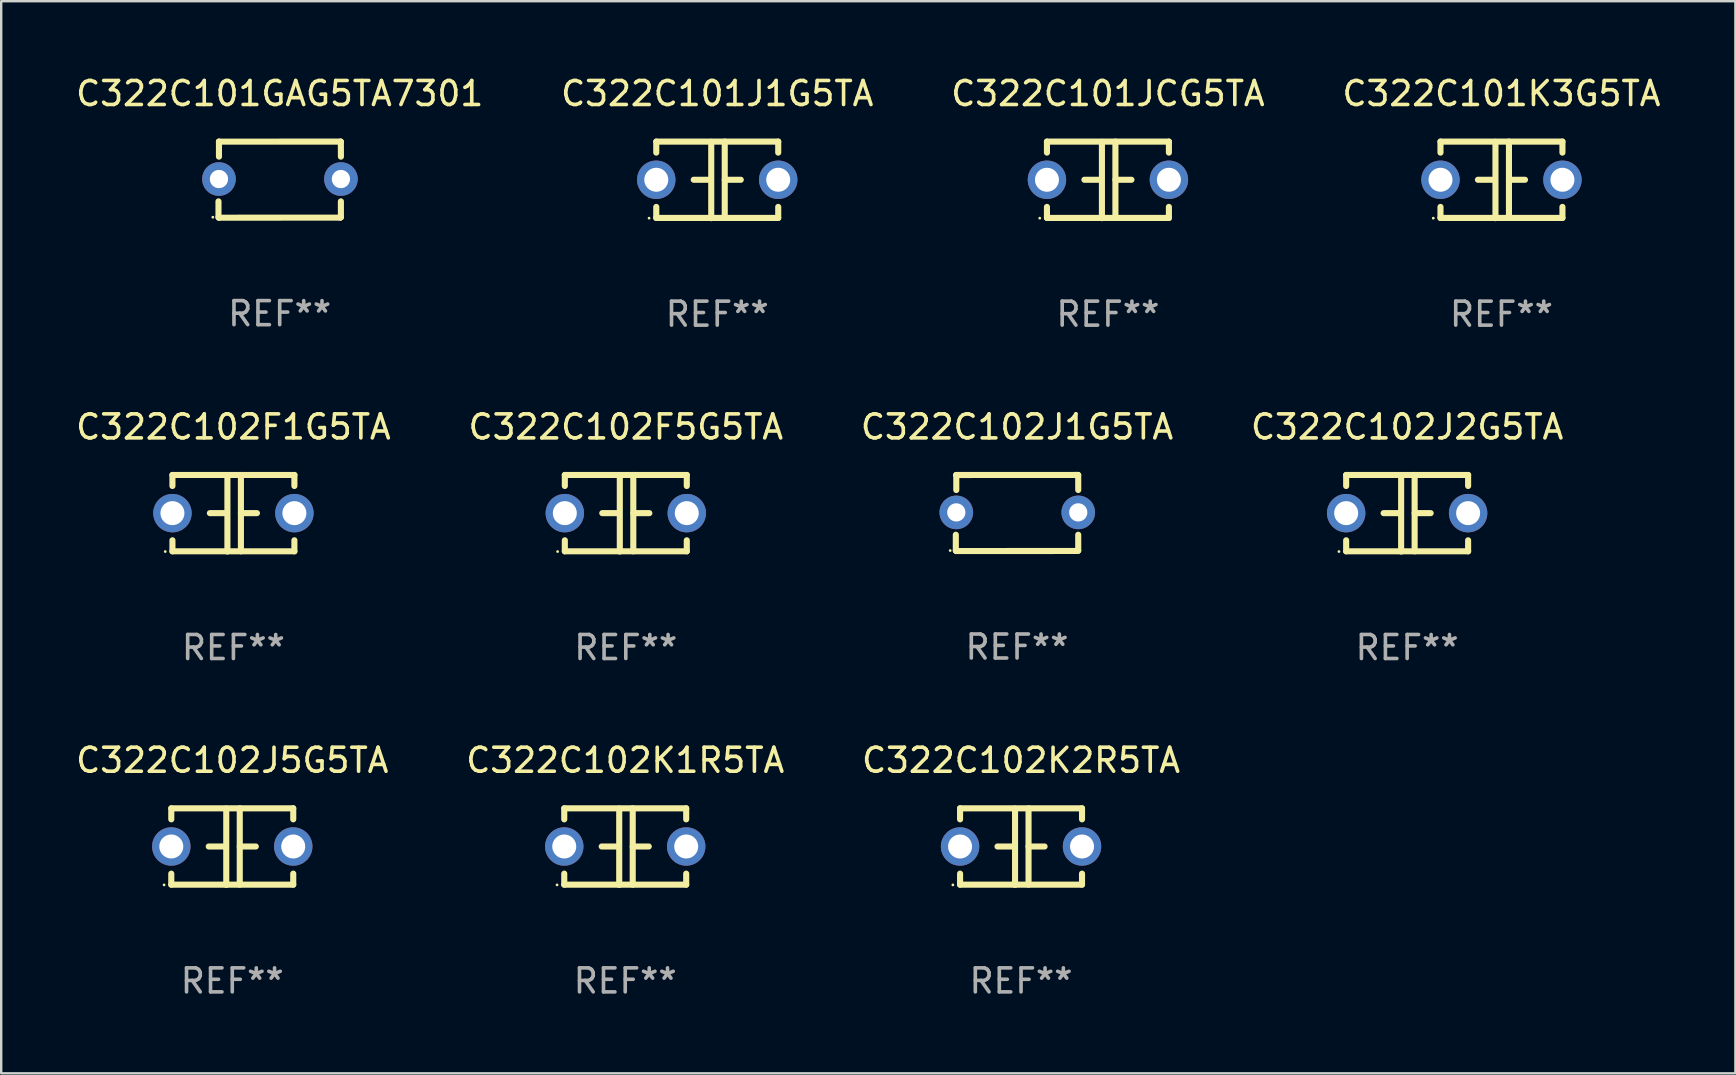
<source format=kicad_pcb>
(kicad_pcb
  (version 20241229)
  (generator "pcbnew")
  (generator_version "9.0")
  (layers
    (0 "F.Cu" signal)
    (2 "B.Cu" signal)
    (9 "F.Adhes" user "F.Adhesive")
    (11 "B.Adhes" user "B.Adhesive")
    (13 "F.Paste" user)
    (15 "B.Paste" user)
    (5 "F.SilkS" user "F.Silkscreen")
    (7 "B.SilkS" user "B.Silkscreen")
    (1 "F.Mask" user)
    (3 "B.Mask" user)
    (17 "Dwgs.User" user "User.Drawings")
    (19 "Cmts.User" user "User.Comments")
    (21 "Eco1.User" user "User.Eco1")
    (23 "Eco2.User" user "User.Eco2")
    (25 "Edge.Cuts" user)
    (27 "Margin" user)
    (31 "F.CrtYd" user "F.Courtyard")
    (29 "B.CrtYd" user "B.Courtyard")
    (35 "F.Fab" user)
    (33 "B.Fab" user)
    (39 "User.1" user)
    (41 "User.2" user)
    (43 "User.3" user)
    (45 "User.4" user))
  (footprint "C322C101JCG5TA"
    (layer "F.Cu")
    (at 43.101 4.443)
    (property "Reference" "C322C101JCG5TA" (at 0 -3.595 0) (layer "F.SilkS") (effects (font (size 1 1) (thickness 0.15))))
    (attr through_hole)
    (fp_line (start -2.54 -1.595) (end -2.54 -1.136) (stroke (width 0.254) (type solid)) (layer "F.SilkS"))
    (fp_line (start -2.54 -1.595) (end 2.54 -1.595) (stroke (width 0.254) (type solid)) (layer "F.SilkS"))
    (fp_line (start -2.54 1.126) (end -2.54 1.585) (stroke (width 0.254) (type solid)) (layer "F.SilkS"))
    (fp_line (start -0.312 -0.005) (end -0.98 -0.005) (stroke (width 0.254) (type solid)) (layer "F.SilkS"))
    (fp_line (start -0.25 -1.585) (end -0.25 1.595) (stroke (width 0.254) (type solid)) (layer "F.SilkS"))
    (fp_line (start 0.312 -1.595) (end 0.312 1.585) (stroke (width 0.254) (type solid)) (layer "F.SilkS"))
    (fp_line (start 0.312 -0.005) (end 0.98 -0.005) (stroke (width 0.254) (type solid)) (layer "F.SilkS"))
    (fp_line (start 2.54 -1.595) (end 2.54 -1.136) (stroke (width 0.254) (type solid)) (layer "F.SilkS"))
    (fp_line (start 2.54 1.126) (end 2.54 1.585) (stroke (width 0.254) (type solid)) (layer "F.SilkS"))
    (fp_line (start 2.54 1.585) (end -2.54 1.585) (stroke (width 0.254) (type solid)) (layer "F.SilkS"))
    (fp_circle (center -2.84 1.595) (end -2.81 1.595) (stroke (width 0.06) (type solid)) (fill no) (layer "F.SilkS"))
    (fp_text user "REF**" (at 0 5.595 0) (layer "F.Fab") (effects (font (size 1 1) (thickness 0.15))))
    (pad "1" thru_hole circle (at -2.54 -0.005) (size 1.6 1.6) (drill 1) (layers "*.Cu" "*.Mask"))
    (pad "2" thru_hole circle (at 2.54 -0.005) (size 1.6 1.6) (drill 1) (layers "*.Cu" "*.Mask")))
  (footprint "C322C102J5G5TA"
    (layer "F.Cu")
    (at 6.625 32.216)
    (property "Reference" "C322C102J5G5TA" (at 0 -3.595 0) (layer "F.SilkS") (effects (font (size 1 1) (thickness 0.15))))
    (attr through_hole)
    (fp_line (start -2.54 -1.595) (end -2.54 -1.136) (stroke (width 0.254) (type solid)) (layer "F.SilkS"))
    (fp_line (start -2.54 -1.595) (end 2.54 -1.595) (stroke (width 0.254) (type solid)) (layer "F.SilkS"))
    (fp_line (start -2.54 1.126) (end -2.54 1.585) (stroke (width 0.254) (type solid)) (layer "F.SilkS"))
    (fp_line (start -0.312 -0.005) (end -0.98 -0.005) (stroke (width 0.254) (type solid)) (layer "F.SilkS"))
    (fp_line (start -0.25 -1.585) (end -0.25 1.595) (stroke (width 0.254) (type solid)) (layer "F.SilkS"))
    (fp_line (start 0.312 -1.595) (end 0.312 1.585) (stroke (width 0.254) (type solid)) (layer "F.SilkS"))
    (fp_line (start 0.312 -0.005) (end 0.98 -0.005) (stroke (width 0.254) (type solid)) (layer "F.SilkS"))
    (fp_line (start 2.54 -1.595) (end 2.54 -1.136) (stroke (width 0.254) (type solid)) (layer "F.SilkS"))
    (fp_line (start 2.54 1.126) (end 2.54 1.585) (stroke (width 0.254) (type solid)) (layer "F.SilkS"))
    (fp_line (start 2.54 1.585) (end -2.54 1.585) (stroke (width 0.254) (type solid)) (layer "F.SilkS"))
    (fp_circle (center -2.84 1.595) (end -2.81 1.595) (stroke (width 0.06) (type solid)) (fill no) (layer "F.SilkS"))
    (fp_text user "REF**" (at 0 5.595 0) (layer "F.Fab") (effects (font (size 1 1) (thickness 0.15))))
    (pad "1" thru_hole circle (at -2.54 -0.005) (size 1.6 1.6) (drill 1) (layers "*.Cu" "*.Mask"))
    (pad "2" thru_hole circle (at 2.54 -0.005) (size 1.6 1.6) (drill 1) (layers "*.Cu" "*.Mask")))
  (footprint "C322C101GAG5TA7301"
    (layer "F.Cu")
    (at 8.601 4.433)
    (property "Reference" "C322C101GAG5TA7301" (at 0 -3.585 0) (layer "F.SilkS") (effects (font (size 1 1) (thickness 0.15))))
    (attr through_hole)
    (fp_line (start -2.55 1.566) (end -2.55 0.906) (stroke (width 0.254) (type solid)) (layer "F.SilkS"))
    (fp_line (start -2.531 1.585) (end -2.55 1.566) (stroke (width 0.254) (type solid)) (layer "F.SilkS"))
    (fp_line (start -2.53 -1.577) (end -2.53 -1.577) (stroke (width 0.254) (type solid)) (layer "F.SilkS"))
    (fp_line (start -2.53 -1.577) (end -2.528 -1.583) (stroke (width 0.254) (type solid)) (layer "F.SilkS"))
    (fp_line (start -2.53 -0.957) (end -2.53 -1.577) (stroke (width 0.254) (type solid)) (layer "F.SilkS"))
    (fp_line (start -2.528 -1.583) (end 2.54 -1.585) (stroke (width 0.254) (type solid)) (layer "F.SilkS"))
    (fp_line (start 2.524 1.582) (end -2.531 1.585) (stroke (width 0.254) (type solid)) (layer "F.SilkS"))
    (fp_line (start 2.54 -1.585) (end 2.548 -1.575) (stroke (width 0.254) (type solid)) (layer "F.SilkS"))
    (fp_line (start 2.548 -1.575) (end 2.55 -0.957) (stroke (width 0.254) (type solid)) (layer "F.SilkS"))
    (fp_line (start 2.549 0.906) (end 2.549 1.566) (stroke (width 0.254) (type solid)) (layer "F.SilkS"))
    (fp_line (start 2.549 1.566) (end 2.524 1.582) (stroke (width 0.254) (type solid)) (layer "F.SilkS"))
    (fp_circle (center -2.785 1.565) (end -2.755 1.565) (stroke (width 0.06) (type solid)) (fill no) (layer "F.SilkS"))
    (fp_text user "REF**" (at 0 5.585 0) (layer "F.Fab") (effects (font (size 1 1) (thickness 0.15))))
    (pad "1" thru_hole circle (at -2.53 -0.025) (size 1.4 1.4) (drill 0.76) (layers "*.Cu" "*.Mask"))
    (pad "2" thru_hole circle (at 2.55 -0.025) (size 1.4 1.4) (drill 0.76) (layers "*.Cu" "*.Mask")))
  (footprint "C322C102K1R5TA"
    (layer "F.Cu")
    (at 22.994 32.216)
    (property "Reference" "C322C102K1R5TA" (at 0 -3.595 0) (layer "F.SilkS") (effects (font (size 1 1) (thickness 0.15))))
    (attr through_hole)
    (fp_line (start -2.54 -1.595) (end -2.54 -1.136) (stroke (width 0.254) (type solid)) (layer "F.SilkS"))
    (fp_line (start -2.54 -1.595) (end 2.54 -1.595) (stroke (width 0.254) (type solid)) (layer "F.SilkS"))
    (fp_line (start -2.54 1.126) (end -2.54 1.585) (stroke (width 0.254) (type solid)) (layer "F.SilkS"))
    (fp_line (start -0.312 -0.005) (end -0.98 -0.005) (stroke (width 0.254) (type solid)) (layer "F.SilkS"))
    (fp_line (start -0.25 -1.585) (end -0.25 1.595) (stroke (width 0.254) (type solid)) (layer "F.SilkS"))
    (fp_line (start 0.312 -1.595) (end 0.312 1.585) (stroke (width 0.254) (type solid)) (layer "F.SilkS"))
    (fp_line (start 0.312 -0.005) (end 0.98 -0.005) (stroke (width 0.254) (type solid)) (layer "F.SilkS"))
    (fp_line (start 2.54 -1.595) (end 2.54 -1.136) (stroke (width 0.254) (type solid)) (layer "F.SilkS"))
    (fp_line (start 2.54 1.126) (end 2.54 1.585) (stroke (width 0.254) (type solid)) (layer "F.SilkS"))
    (fp_line (start 2.54 1.585) (end -2.54 1.585) (stroke (width 0.254) (type solid)) (layer "F.SilkS"))
    (fp_circle (center -2.84 1.595) (end -2.81 1.595) (stroke (width 0.06) (type solid)) (fill no) (layer "F.SilkS"))
    (fp_text user "REF**" (at 0 5.595 0) (layer "F.Fab") (effects (font (size 1 1) (thickness 0.15))))
    (pad "1" thru_hole circle (at -2.54 -0.005) (size 1.6 1.6) (drill 1) (layers "*.Cu" "*.Mask"))
    (pad "2" thru_hole circle (at 2.54 -0.005) (size 1.6 1.6) (drill 1) (layers "*.Cu" "*.Mask")))
  (footprint "C322C102F5G5TA"
    (layer "F.Cu")
    (at 23.018 18.33)
    (property "Reference" "C322C102F5G5TA" (at 0 -3.595 0) (layer "F.SilkS") (effects (font (size 1 1) (thickness 0.15))))
    (attr through_hole)
    (fp_line (start -2.54 -1.595) (end -2.54 -1.136) (stroke (width 0.254) (type solid)) (layer "F.SilkS"))
    (fp_line (start -2.54 -1.595) (end 2.54 -1.595) (stroke (width 0.254) (type solid)) (layer "F.SilkS"))
    (fp_line (start -2.54 1.126) (end -2.54 1.585) (stroke (width 0.254) (type solid)) (layer "F.SilkS"))
    (fp_line (start -0.312 -0.005) (end -0.98 -0.005) (stroke (width 0.254) (type solid)) (layer "F.SilkS"))
    (fp_line (start -0.25 -1.585) (end -0.25 1.595) (stroke (width 0.254) (type solid)) (layer "F.SilkS"))
    (fp_line (start 0.312 -1.595) (end 0.312 1.585) (stroke (width 0.254) (type solid)) (layer "F.SilkS"))
    (fp_line (start 0.312 -0.005) (end 0.98 -0.005) (stroke (width 0.254) (type solid)) (layer "F.SilkS"))
    (fp_line (start 2.54 -1.595) (end 2.54 -1.136) (stroke (width 0.254) (type solid)) (layer "F.SilkS"))
    (fp_line (start 2.54 1.126) (end 2.54 1.585) (stroke (width 0.254) (type solid)) (layer "F.SilkS"))
    (fp_line (start 2.54 1.585) (end -2.54 1.585) (stroke (width 0.254) (type solid)) (layer "F.SilkS"))
    (fp_circle (center -2.84 1.595) (end -2.81 1.595) (stroke (width 0.06) (type solid)) (fill no) (layer "F.SilkS"))
    (fp_text user "REF**" (at 0 5.595 0) (layer "F.Fab") (effects (font (size 1 1) (thickness 0.15))))
    (pad "1" thru_hole circle (at -2.54 -0.005) (size 1.6 1.6) (drill 1) (layers "*.Cu" "*.Mask"))
    (pad "2" thru_hole circle (at 2.54 -0.005) (size 1.6 1.6) (drill 1) (layers "*.Cu" "*.Mask")))
  (footprint "C322C102K2R5TA"
    (layer "F.Cu")
    (at 39.482 32.216)
    (property "Reference" "C322C102K2R5TA" (at 0 -3.595 0) (layer "F.SilkS") (effects (font (size 1 1) (thickness 0.15))))
    (attr through_hole)
    (fp_line (start -2.54 -1.595) (end -2.54 -1.136) (stroke (width 0.254) (type solid)) (layer "F.SilkS"))
    (fp_line (start -2.54 -1.595) (end 2.54 -1.595) (stroke (width 0.254) (type solid)) (layer "F.SilkS"))
    (fp_line (start -2.54 1.126) (end -2.54 1.585) (stroke (width 0.254) (type solid)) (layer "F.SilkS"))
    (fp_line (start -0.312 -0.005) (end -0.98 -0.005) (stroke (width 0.254) (type solid)) (layer "F.SilkS"))
    (fp_line (start -0.25 -1.585) (end -0.25 1.595) (stroke (width 0.254) (type solid)) (layer "F.SilkS"))
    (fp_line (start 0.312 -1.595) (end 0.312 1.585) (stroke (width 0.254) (type solid)) (layer "F.SilkS"))
    (fp_line (start 0.312 -0.005) (end 0.98 -0.005) (stroke (width 0.254) (type solid)) (layer "F.SilkS"))
    (fp_line (start 2.54 -1.595) (end 2.54 -1.136) (stroke (width 0.254) (type solid)) (layer "F.SilkS"))
    (fp_line (start 2.54 1.126) (end 2.54 1.585) (stroke (width 0.254) (type solid)) (layer "F.SilkS"))
    (fp_line (start 2.54 1.585) (end -2.54 1.585) (stroke (width 0.254) (type solid)) (layer "F.SilkS"))
    (fp_circle (center -2.84 1.595) (end -2.81 1.595) (stroke (width 0.06) (type solid)) (fill no) (layer "F.SilkS"))
    (fp_text user "REF**" (at 0 5.595 0) (layer "F.Fab") (effects (font (size 1 1) (thickness 0.15))))
    (pad "1" thru_hole circle (at -2.54 -0.005) (size 1.6 1.6) (drill 1) (layers "*.Cu" "*.Mask"))
    (pad "2" thru_hole circle (at 2.54 -0.005) (size 1.6 1.6) (drill 1) (layers "*.Cu" "*.Mask")))
  (footprint "C322C101K3G5TA"
    (layer "F.Cu")
    (at 59.494 4.443)
    (property "Reference" "C322C101K3G5TA" (at 0 -3.595 0) (layer "F.SilkS") (effects (font (size 1 1) (thickness 0.15))))
    (attr through_hole)
    (fp_line (start -2.54 -1.595) (end -2.54 -1.136) (stroke (width 0.254) (type solid)) (layer "F.SilkS"))
    (fp_line (start -2.54 -1.595) (end 2.54 -1.595) (stroke (width 0.254) (type solid)) (layer "F.SilkS"))
    (fp_line (start -2.54 1.126) (end -2.54 1.585) (stroke (width 0.254) (type solid)) (layer "F.SilkS"))
    (fp_line (start -0.312 -0.005) (end -0.98 -0.005) (stroke (width 0.254) (type solid)) (layer "F.SilkS"))
    (fp_line (start -0.25 -1.585) (end -0.25 1.595) (stroke (width 0.254) (type solid)) (layer "F.SilkS"))
    (fp_line (start 0.312 -1.595) (end 0.312 1.585) (stroke (width 0.254) (type solid)) (layer "F.SilkS"))
    (fp_line (start 0.312 -0.005) (end 0.98 -0.005) (stroke (width 0.254) (type solid)) (layer "F.SilkS"))
    (fp_line (start 2.54 -1.595) (end 2.54 -1.136) (stroke (width 0.254) (type solid)) (layer "F.SilkS"))
    (fp_line (start 2.54 1.126) (end 2.54 1.585) (stroke (width 0.254) (type solid)) (layer "F.SilkS"))
    (fp_line (start 2.54 1.585) (end -2.54 1.585) (stroke (width 0.254) (type solid)) (layer "F.SilkS"))
    (fp_circle (center -2.84 1.595) (end -2.81 1.595) (stroke (width 0.06) (type solid)) (fill no) (layer "F.SilkS"))
    (fp_text user "REF**" (at 0 5.595 0) (layer "F.Fab") (effects (font (size 1 1) (thickness 0.15))))
    (pad "1" thru_hole circle (at -2.54 -0.005) (size 1.6 1.6) (drill 1) (layers "*.Cu" "*.Mask"))
    (pad "2" thru_hole circle (at 2.54 -0.005) (size 1.6 1.6) (drill 1) (layers "*.Cu" "*.Mask")))
  (footprint "C322C101J1G5TA"
    (layer "F.Cu")
    (at 26.827 4.443)
    (property "Reference" "C322C101J1G5TA" (at 0 -3.595 0) (layer "F.SilkS") (effects (font (size 1 1) (thickness 0.15))))
    (attr through_hole)
    (fp_line (start -2.54 -1.595) (end -2.54 -1.136) (stroke (width 0.254) (type solid)) (layer "F.SilkS"))
    (fp_line (start -2.54 -1.595) (end 2.54 -1.595) (stroke (width 0.254) (type solid)) (layer "F.SilkS"))
    (fp_line (start -2.54 1.126) (end -2.54 1.585) (stroke (width 0.254) (type solid)) (layer "F.SilkS"))
    (fp_line (start -0.312 -0.005) (end -0.98 -0.005) (stroke (width 0.254) (type solid)) (layer "F.SilkS"))
    (fp_line (start -0.25 -1.585) (end -0.25 1.595) (stroke (width 0.254) (type solid)) (layer "F.SilkS"))
    (fp_line (start 0.312 -1.595) (end 0.312 1.585) (stroke (width 0.254) (type solid)) (layer "F.SilkS"))
    (fp_line (start 0.312 -0.005) (end 0.98 -0.005) (stroke (width 0.254) (type solid)) (layer "F.SilkS"))
    (fp_line (start 2.54 -1.595) (end 2.54 -1.136) (stroke (width 0.254) (type solid)) (layer "F.SilkS"))
    (fp_line (start 2.54 1.126) (end 2.54 1.585) (stroke (width 0.254) (type solid)) (layer "F.SilkS"))
    (fp_line (start 2.54 1.585) (end -2.54 1.585) (stroke (width 0.254) (type solid)) (layer "F.SilkS"))
    (fp_circle (center -2.84 1.595) (end -2.81 1.595) (stroke (width 0.06) (type solid)) (fill no) (layer "F.SilkS"))
    (fp_text user "REF**" (at 0 5.595 0) (layer "F.Fab") (effects (font (size 1 1) (thickness 0.15))))
    (pad "1" thru_hole circle (at -2.54 -0.005) (size 1.6 1.6) (drill 1) (layers "*.Cu" "*.Mask"))
    (pad "2" thru_hole circle (at 2.54 -0.005) (size 1.6 1.6) (drill 1) (layers "*.Cu" "*.Mask")))
  (footprint "C322C102J1G5TA"
    (layer "F.Cu")
    (at 39.315 18.319)
    (property "Reference" "C322C102J1G5TA" (at 0 -3.585 0) (layer "F.SilkS") (effects (font (size 1 1) (thickness 0.15))))
    (attr through_hole)
    (fp_line (start -2.55 1.566) (end -2.55 0.906) (stroke (width 0.254) (type solid)) (layer "F.SilkS"))
    (fp_line (start -2.531 1.585) (end -2.55 1.566) (stroke (width 0.254) (type solid)) (layer "F.SilkS"))
    (fp_line (start -2.53 -1.577) (end -2.53 -1.577) (stroke (width 0.254) (type solid)) (layer "F.SilkS"))
    (fp_line (start -2.53 -1.577) (end -2.528 -1.583) (stroke (width 0.254) (type solid)) (layer "F.SilkS"))
    (fp_line (start -2.53 -0.957) (end -2.53 -1.577) (stroke (width 0.254) (type solid)) (layer "F.SilkS"))
    (fp_line (start -2.528 -1.583) (end 2.54 -1.585) (stroke (width 0.254) (type solid)) (layer "F.SilkS"))
    (fp_line (start 2.524 1.582) (end -2.531 1.585) (stroke (width 0.254) (type solid)) (layer "F.SilkS"))
    (fp_line (start 2.54 -1.585) (end 2.548 -1.575) (stroke (width 0.254) (type solid)) (layer "F.SilkS"))
    (fp_line (start 2.548 -1.575) (end 2.55 -0.957) (stroke (width 0.254) (type solid)) (layer "F.SilkS"))
    (fp_line (start 2.549 0.906) (end 2.549 1.566) (stroke (width 0.254) (type solid)) (layer "F.SilkS"))
    (fp_line (start 2.549 1.566) (end 2.524 1.582) (stroke (width 0.254) (type solid)) (layer "F.SilkS"))
    (fp_circle (center -2.785 1.565) (end -2.755 1.565) (stroke (width 0.06) (type solid)) (fill no) (layer "F.SilkS"))
    (fp_text user "REF**" (at 0 5.585 0) (layer "F.Fab") (effects (font (size 1 1) (thickness 0.15))))
    (pad "1" thru_hole circle (at -2.53 -0.025) (size 1.4 1.4) (drill 0.76) (layers "*.Cu" "*.Mask"))
    (pad "2" thru_hole circle (at 2.55 -0.025) (size 1.4 1.4) (drill 0.76) (layers "*.Cu" "*.Mask")))
  (footprint "C322C102J2G5TA"
    (layer "F.Cu")
    (at 55.565 18.33)
    (property "Reference" "C322C102J2G5TA" (at 0 -3.595 0) (layer "F.SilkS") (effects (font (size 1 1) (thickness 0.15))))
    (attr through_hole)
    (fp_line (start -2.54 -1.595) (end -2.54 -1.136) (stroke (width 0.254) (type solid)) (layer "F.SilkS"))
    (fp_line (start -2.54 -1.595) (end 2.54 -1.595) (stroke (width 0.254) (type solid)) (layer "F.SilkS"))
    (fp_line (start -2.54 1.126) (end -2.54 1.585) (stroke (width 0.254) (type solid)) (layer "F.SilkS"))
    (fp_line (start -0.312 -0.005) (end -0.98 -0.005) (stroke (width 0.254) (type solid)) (layer "F.SilkS"))
    (fp_line (start -0.25 -1.585) (end -0.25 1.595) (stroke (width 0.254) (type solid)) (layer "F.SilkS"))
    (fp_line (start 0.312 -1.595) (end 0.312 1.585) (stroke (width 0.254) (type solid)) (layer "F.SilkS"))
    (fp_line (start 0.312 -0.005) (end 0.98 -0.005) (stroke (width 0.254) (type solid)) (layer "F.SilkS"))
    (fp_line (start 2.54 -1.595) (end 2.54 -1.136) (stroke (width 0.254) (type solid)) (layer "F.SilkS"))
    (fp_line (start 2.54 1.126) (end 2.54 1.585) (stroke (width 0.254) (type solid)) (layer "F.SilkS"))
    (fp_line (start 2.54 1.585) (end -2.54 1.585) (stroke (width 0.254) (type solid)) (layer "F.SilkS"))
    (fp_circle (center -2.84 1.595) (end -2.81 1.595) (stroke (width 0.06) (type solid)) (fill no) (layer "F.SilkS"))
    (fp_text user "REF**" (at 0 5.595 0) (layer "F.Fab") (effects (font (size 1 1) (thickness 0.15))))
    (pad "1" thru_hole circle (at -2.54 -0.005) (size 1.6 1.6) (drill 1) (layers "*.Cu" "*.Mask"))
    (pad "2" thru_hole circle (at 2.54 -0.005) (size 1.6 1.6) (drill 1) (layers "*.Cu" "*.Mask")))
  (footprint "C322C102F1G5TA"
    (layer "F.Cu")
    (at 6.673 18.33)
    (property "Reference" "C322C102F1G5TA" (at 0 -3.595 0) (layer "F.SilkS") (effects (font (size 1 1) (thickness 0.15))))
    (attr through_hole)
    (fp_line (start -2.54 -1.595) (end -2.54 -1.136) (stroke (width 0.254) (type solid)) (layer "F.SilkS"))
    (fp_line (start -2.54 -1.595) (end 2.54 -1.595) (stroke (width 0.254) (type solid)) (layer "F.SilkS"))
    (fp_line (start -2.54 1.126) (end -2.54 1.585) (stroke (width 0.254) (type solid)) (layer "F.SilkS"))
    (fp_line (start -0.312 -0.005) (end -0.98 -0.005) (stroke (width 0.254) (type solid)) (layer "F.SilkS"))
    (fp_line (start -0.25 -1.585) (end -0.25 1.595) (stroke (width 0.254) (type solid)) (layer "F.SilkS"))
    (fp_line (start 0.312 -1.595) (end 0.312 1.585) (stroke (width 0.254) (type solid)) (layer "F.SilkS"))
    (fp_line (start 0.312 -0.005) (end 0.98 -0.005) (stroke (width 0.254) (type solid)) (layer "F.SilkS"))
    (fp_line (start 2.54 -1.595) (end 2.54 -1.136) (stroke (width 0.254) (type solid)) (layer "F.SilkS"))
    (fp_line (start 2.54 1.126) (end 2.54 1.585) (stroke (width 0.254) (type solid)) (layer "F.SilkS"))
    (fp_line (start 2.54 1.585) (end -2.54 1.585) (stroke (width 0.254) (type solid)) (layer "F.SilkS"))
    (fp_circle (center -2.84 1.595) (end -2.81 1.595) (stroke (width 0.06) (type solid)) (fill no) (layer "F.SilkS"))
    (fp_text user "REF**" (at 0 5.595 0) (layer "F.Fab") (effects (font (size 1 1) (thickness 0.15))))
    (pad "1" thru_hole circle (at -2.54 -0.005) (size 1.6 1.6) (drill 1) (layers "*.Cu" "*.Mask"))
    (pad "2" thru_hole circle (at 2.54 -0.005) (size 1.6 1.6) (drill 1) (layers "*.Cu" "*.Mask")))
  (gr_rect
    (start -3 -3)
    (end 69.238 41.659)
    (stroke (width 0.1) (type default))
    (fill no)
    (layer "Edge.Cuts")))
</source>
